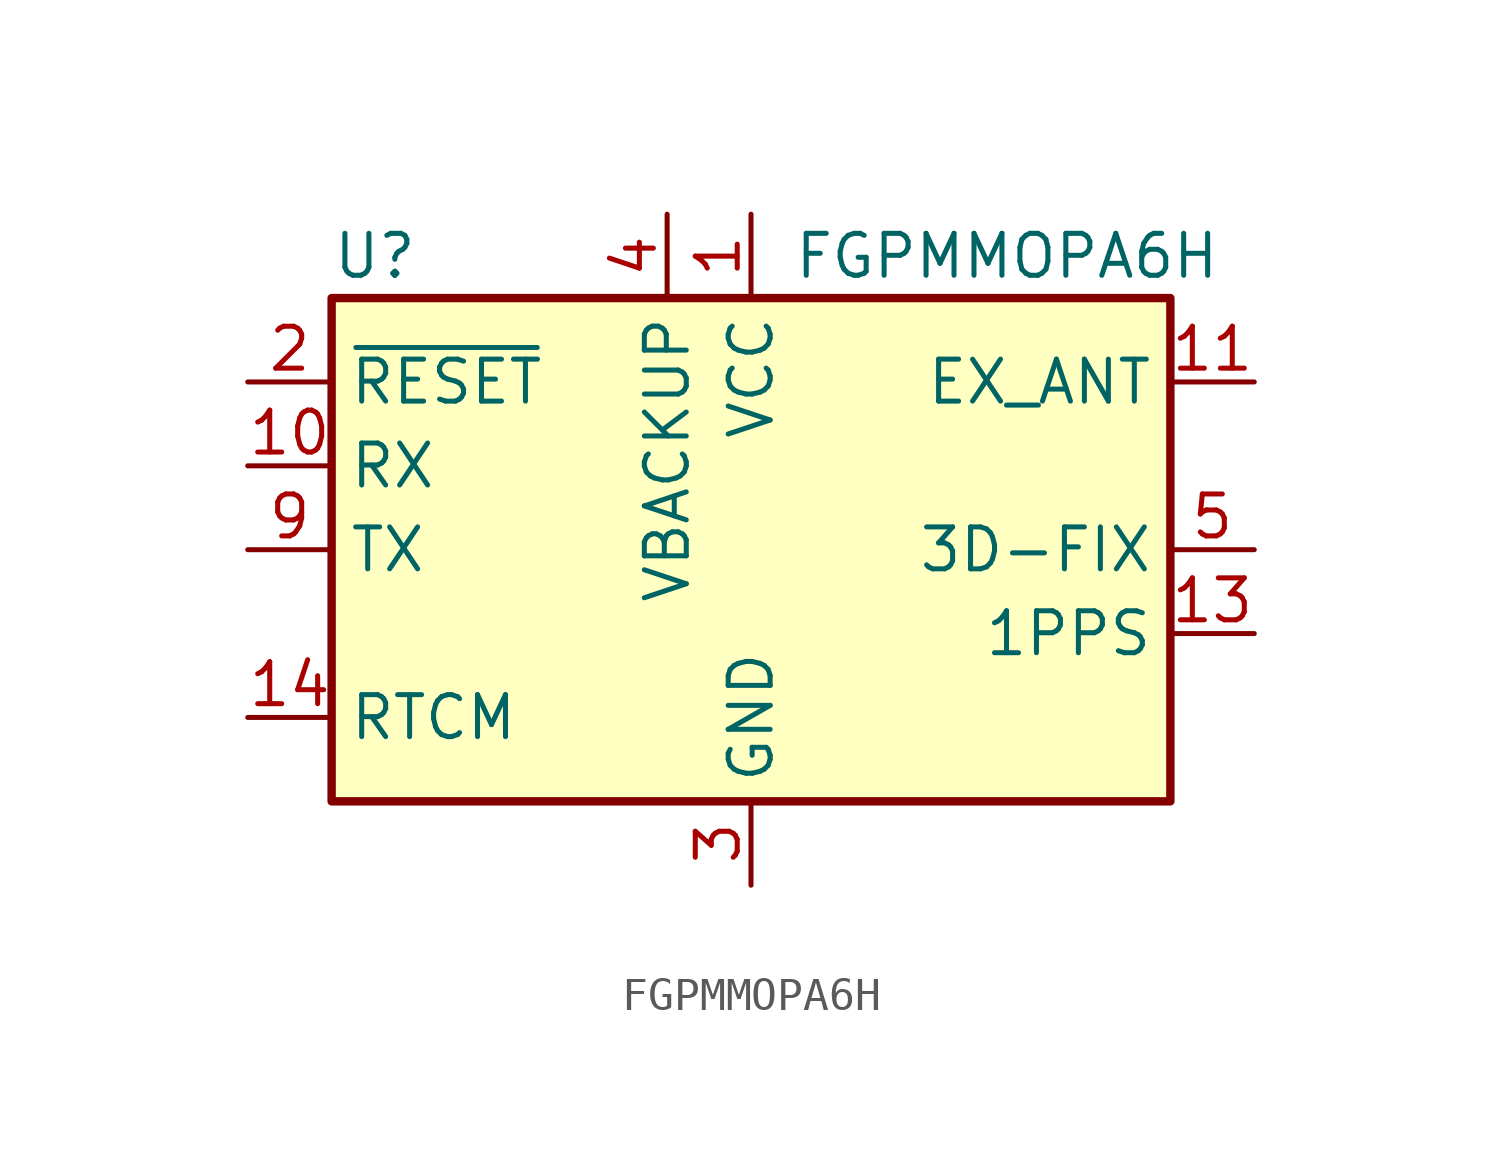
<source format=kicad_sym>
(kicad_symbol_lib
  (version 20231120)
  (generator "kicad_symbol_editor")
  (generator_version "8.0")
  (symbol "FGPMMOPA6H"
    (property "Reference" "U"
      (at -12.7 8.89 0)
      (effects (font (size 1.27 1.27)) (justify left)))
    (property "Value" "FGPMMOPA6H"
      (at 1.27 8.89 0)
      (effects (font (size 1.27 1.27)) (justify left)))
    (symbol "FGPMMOPA6H_0_1"
      (rectangle (start -12.7 7.62) (end 12.7 -7.62) (stroke (width 0.254) (type default)) (fill (type background))))
    (symbol "FGPMMOPA6H_1_1"
      (pin power_in line (at 0 10.16 270) (length 2.54) (name "VCC" (effects (font (size 1.27 1.27)))) (number "1" (effects (font (size 1.27 1.27)))))
      (pin input line (at -15.24 2.54 0) (length 2.54) (name "RX" (effects (font (size 1.27 1.27)))) (number "10" (effects (font (size 1.27 1.27)))))
      (pin passive line (at 15.24 5.08 180) (length 2.54) (name "EX_ANT" (effects (font (size 1.27 1.27)))) (number "11" (effects (font (size 1.27 1.27)))))
      (pin passive line (at 0 -10.16 90) (length 2.54) hide (name "GND" (effects (font (size 1.27 1.27)))) (number "12" (effects (font (size 1.27 1.27)))))
      (pin output line (at 15.24 -2.54 180) (length 2.54) (name "1PPS" (effects (font (size 1.27 1.27)))) (number "13" (effects (font (size 1.27 1.27)))))
      (pin input line (at -15.24 -5.08 0) (length 2.54) (name "RTCM" (effects (font (size 1.27 1.27)))) (number "14" (effects (font (size 1.27 1.27)))))
      (pin no_connect line (at -12.7 -2.54 0) (length 2.54) hide (name "NC" (effects (font (size 1.27 1.27)))) (number "15" (effects (font (size 1.27 1.27)))))
      (pin no_connect line (at -5.08 -7.62 90) (length 2.54) hide (name "NC" (effects (font (size 1.27 1.27)))) (number "16" (effects (font (size 1.27 1.27)))))
      (pin no_connect line (at -2.54 -7.62 90) (length 2.54) hide (name "NC" (effects (font (size 1.27 1.27)))) (number "17" (effects (font (size 1.27 1.27)))))
      (pin no_connect line (at 2.54 -7.62 90) (length 2.54) hide (name "NC" (effects (font (size 1.27 1.27)))) (number "18" (effects (font (size 1.27 1.27)))))
      (pin passive line (at 0 -10.16 90) (length 2.54) hide (name "GND" (effects (font (size 1.27 1.27)))) (number "19" (effects (font (size 1.27 1.27)))))
      (pin input line (at -15.24 5.08 0) (length 2.54) (name "~{RESET}" (effects (font (size 1.27 1.27)))) (number "2" (effects (font (size 1.27 1.27)))))
      (pin no_connect line (at 5.08 -7.62 90) (length 2.54) hide (name "NC" (effects (font (size 1.27 1.27)))) (number "20" (effects (font (size 1.27 1.27)))))
      (pin power_in line (at 0 -10.16 90) (length 2.54) (name "GND" (effects (font (size 1.27 1.27)))) (number "3" (effects (font (size 1.27 1.27)))))
      (pin power_in line (at -2.54 10.16 270) (length 2.54) (name "VBACKUP" (effects (font (size 1.27 1.27)))) (number "4" (effects (font (size 1.27 1.27)))))
      (pin output line (at 15.24 0 180) (length 2.54) (name "3D-FIX" (effects (font (size 1.27 1.27)))) (number "5" (effects (font (size 1.27 1.27)))))
      (pin no_connect line (at 12.7 -5.08 180) (length 2.54) hide (name "NC" (effects (font (size 1.27 1.27)))) (number "6" (effects (font (size 1.27 1.27)))))
      (pin no_connect line (at 12.7 2.54 180) (length 2.54) hide (name "NC" (effects (font (size 1.27 1.27)))) (number "7" (effects (font (size 1.27 1.27)))))
      (pin passive line (at 0 -10.16 90) (length 2.54) hide (name "GND" (effects (font (size 1.27 1.27)))) (number "8" (effects (font (size 1.27 1.27)))))
      (pin output line (at -15.24 0 0) (length 2.54) (name "TX" (effects (font (size 1.27 1.27)))) (number "9" (effects (font (size 1.27 1.27))))))))
</source>
